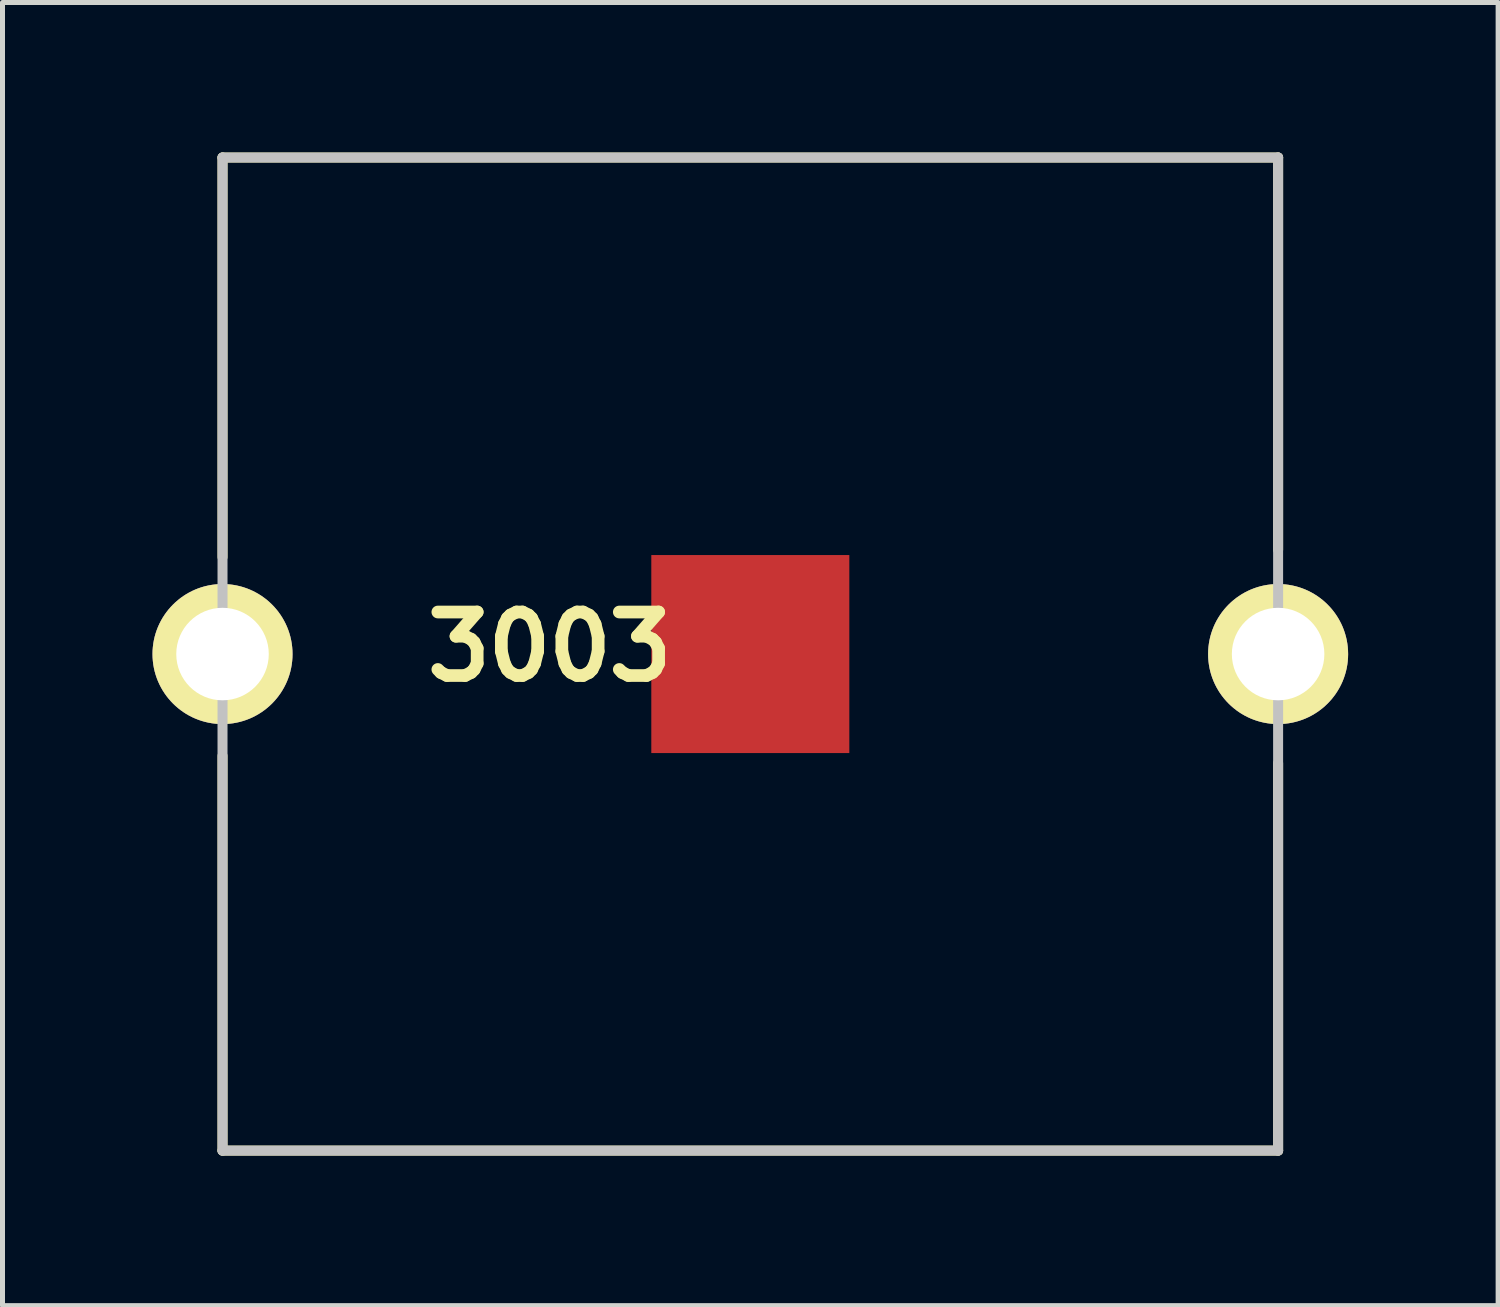
<source format=kicad_pcb>
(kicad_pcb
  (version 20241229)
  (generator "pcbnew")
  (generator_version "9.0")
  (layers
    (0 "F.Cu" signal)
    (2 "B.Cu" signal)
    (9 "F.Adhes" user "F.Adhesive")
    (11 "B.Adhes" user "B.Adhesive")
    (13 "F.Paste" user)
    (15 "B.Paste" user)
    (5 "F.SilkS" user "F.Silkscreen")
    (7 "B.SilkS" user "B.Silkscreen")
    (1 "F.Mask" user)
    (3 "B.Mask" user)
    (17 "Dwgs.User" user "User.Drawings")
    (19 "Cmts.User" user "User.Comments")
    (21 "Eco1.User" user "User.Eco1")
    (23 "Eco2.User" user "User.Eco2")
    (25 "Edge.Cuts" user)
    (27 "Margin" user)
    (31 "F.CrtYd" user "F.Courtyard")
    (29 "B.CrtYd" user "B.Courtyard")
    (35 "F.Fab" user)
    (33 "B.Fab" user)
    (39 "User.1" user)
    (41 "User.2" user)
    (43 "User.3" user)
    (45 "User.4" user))
  (footprint "3003"
    (layer "F.Cu")
    (at 11.955 10.03)
    (property "Reference" "3003" (at -4.011 -0.145 0) (layer "F.SilkS") (effects (font (size 1.27 1.27) (thickness 0.254))))
    (attr through_hole)
    (fp_line (start -10.555 -9.93) (end -10.555 -1.939) (stroke (width 0.2) (type solid)) (layer "F.SilkS"))
    (fp_line (start -10.555 -9.93) (end 10.555 -9.93) (stroke (width 0.2) (type solid)) (layer "F.SilkS"))
    (fp_line (start -10.555 9.93) (end -10.555 2.036) (stroke (width 0.2) (type solid)) (layer "F.SilkS"))
    (fp_line (start -10.555 9.93) (end 10.555 9.93) (stroke (width 0.2) (type solid)) (layer "F.SilkS"))
    (fp_line (start 10.555 -9.93) (end 10.555 -2.084) (stroke (width 0.2) (type solid)) (layer "F.SilkS"))
    (fp_line (start 10.555 9.93) (end 10.555 2.181) (stroke (width 0.2) (type solid)) (layer "F.SilkS"))
    (fp_line (start -10.555 -9.93) (end 10.555 -9.93) (stroke (width 0.2) (type solid)) (layer "Dwgs.User"))
    (fp_line (start -10.555 9.93) (end -10.555 -9.93) (stroke (width 0.2) (type solid)) (layer "Dwgs.User"))
    (fp_line (start 10.555 -9.93) (end 10.555 9.93) (stroke (width 0.2) (type solid)) (layer "Dwgs.User"))
    (fp_line (start 10.555 9.93) (end -10.555 9.93) (stroke (width 0.2) (type solid)) (layer "Dwgs.User"))
    (pad "1" thru_hole circle (at -10.555 0 90) (size 2.8 2.8) (drill 1.85) (layers "*.Cu" "*.Mask" "F.SilkS"))
    (pad "1" thru_hole circle (at 10.555 0 90) (size 2.8 2.8) (drill 1.85) (layers "*.Cu" "*.Mask" "F.SilkS"))
    (pad "2" smd rect (at 0 0 90) (size 3.96 3.96) (layers "F.Cu" "F.Mask" "F.Paste")))
  (gr_rect
    (start -3 -3)
    (end 26.91 23.06)
    (stroke (width 0.1) (type default))
    (fill no)
    (layer "Edge.Cuts")))
</source>
